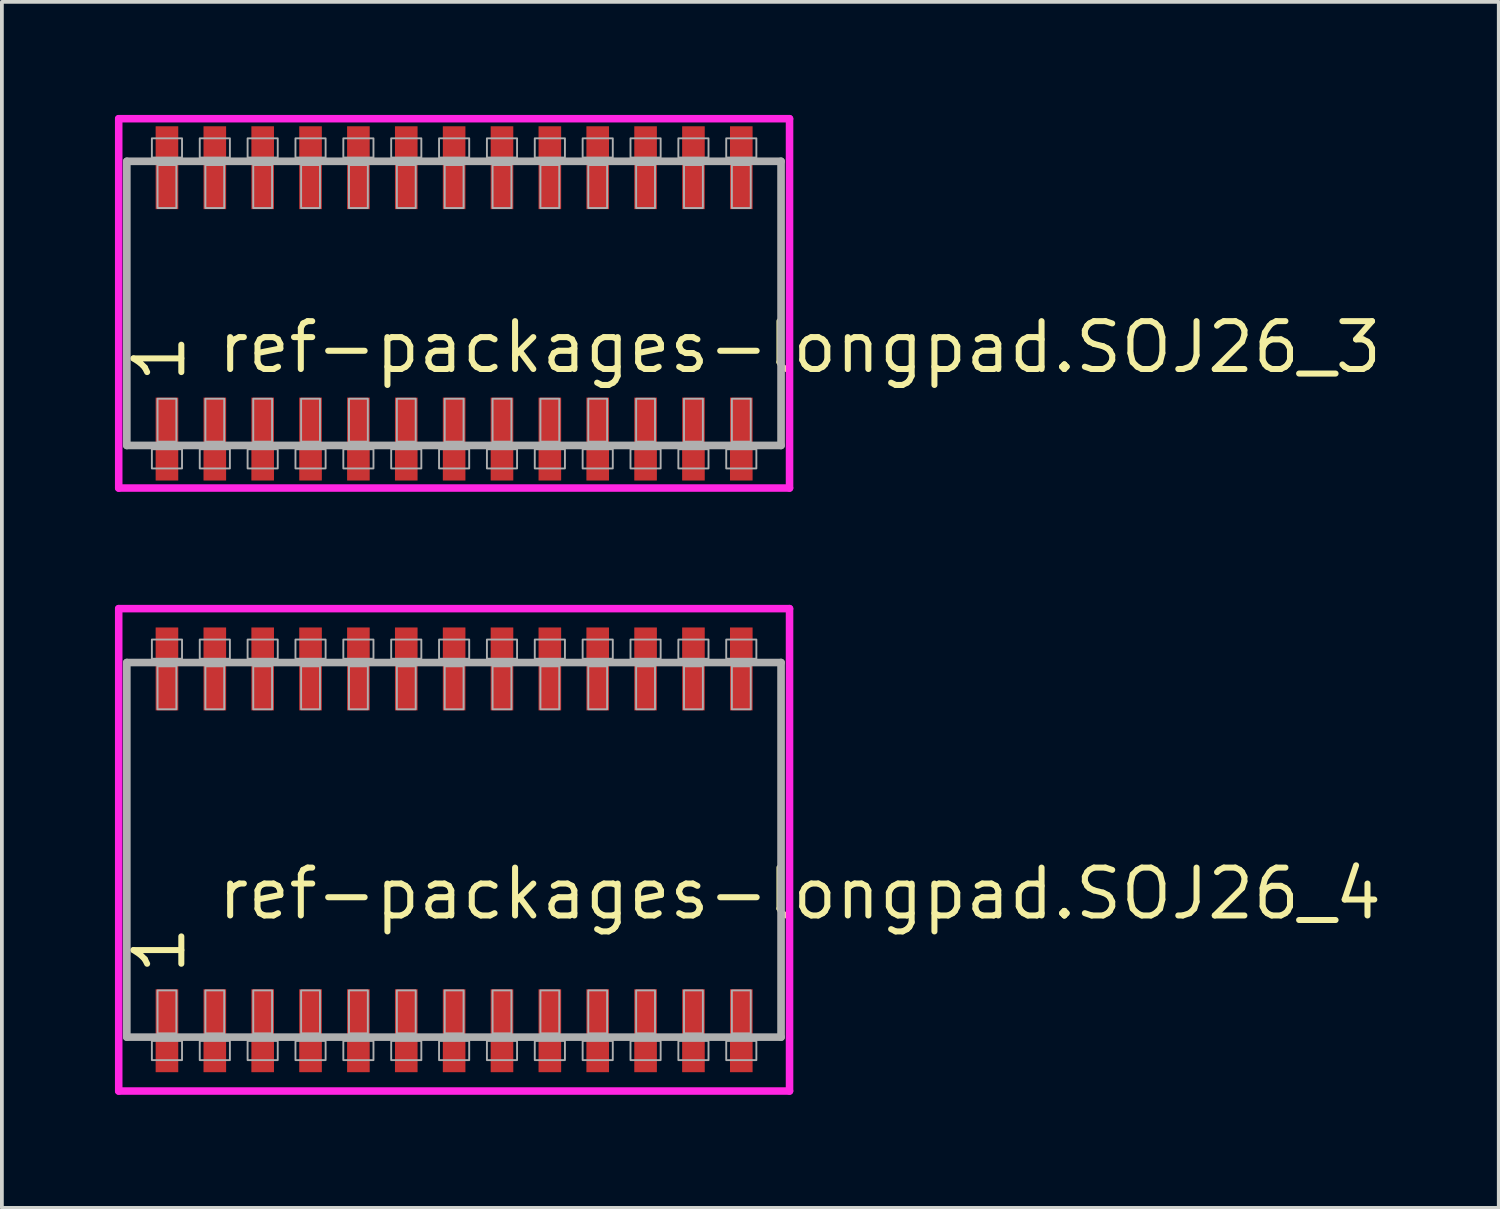
<source format=kicad_pcb>
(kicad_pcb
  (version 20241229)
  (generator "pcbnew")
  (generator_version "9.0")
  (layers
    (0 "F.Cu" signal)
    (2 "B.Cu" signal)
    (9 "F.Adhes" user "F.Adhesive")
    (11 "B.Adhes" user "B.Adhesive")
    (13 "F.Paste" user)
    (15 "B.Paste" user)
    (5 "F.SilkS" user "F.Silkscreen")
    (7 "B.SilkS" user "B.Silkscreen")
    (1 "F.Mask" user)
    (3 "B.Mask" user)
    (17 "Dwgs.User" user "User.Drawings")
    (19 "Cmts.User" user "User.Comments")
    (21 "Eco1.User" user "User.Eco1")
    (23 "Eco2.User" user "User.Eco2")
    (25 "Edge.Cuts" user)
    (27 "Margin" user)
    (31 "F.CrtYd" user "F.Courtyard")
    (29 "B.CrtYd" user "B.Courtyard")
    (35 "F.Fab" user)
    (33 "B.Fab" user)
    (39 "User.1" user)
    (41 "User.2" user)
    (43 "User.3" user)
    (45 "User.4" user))
  (footprint "ref-packages-longpad.SOJ26_4"
    (layer "F.Cu")
    (at 9 19.5)
    (property "Reference" "ref-packages-longpad.SOJ26_4" (at -6.35 1.905 0) (layer "F.SilkS") (effects (font (size 1.27 1.27) (thickness 0.16)) (justify left bottom)))
    (attr smd)
    (fp_line (start -8.9 -6.4) (end 8.9 -6.4) (stroke (width 0.2) (type default)) (layer "F.CrtYd"))
    (fp_line (start -8.9 6.4) (end -8.9 -6.4) (stroke (width 0.2) (type default)) (layer "F.CrtYd"))
    (fp_line (start 8.9 -6.4) (end 8.9 6.4) (stroke (width 0.2) (type default)) (layer "F.CrtYd"))
    (fp_line (start 8.9 6.4) (end -8.9 6.4) (stroke (width 0.2) (type default)) (layer "F.CrtYd"))
    (fp_line (start -8.685 -4.97) (end 8.675 -4.97) (stroke (width 0.203) (type default)) (layer "F.Fab"))
    (fp_line (start -8.685 4.97) (end -8.685 -4.97) (stroke (width 0.203) (type default)) (layer "F.Fab"))
    (fp_line (start 8.675 -4.97) (end 8.675 4.97) (stroke (width 0.203) (type default)) (layer "F.Fab"))
    (fp_line (start 8.675 4.97) (end -8.685 4.97) (stroke (width 0.203) (type default)) (layer "F.Fab"))
    (fp_rect (start -8.02 -5.07) (end -7.22 -5.58) (stroke (width 0.05) (type default)) (fill no) (layer "F.Fab"))
    (fp_rect (start -8.02 5.58) (end -7.22 5.07) (stroke (width 0.05) (type default)) (fill no) (layer "F.Fab"))
    (fp_rect (start -7.87 -3.73) (end -7.37 -4.87) (stroke (width 0.05) (type default)) (fill no) (layer "F.Fab"))
    (fp_rect (start -7.87 4.87) (end -7.37 3.73) (stroke (width 0.05) (type default)) (fill no) (layer "F.Fab"))
    (fp_rect (start -6.75 -5.07) (end -5.95 -5.58) (stroke (width 0.05) (type default)) (fill no) (layer "F.Fab"))
    (fp_rect (start -6.75 5.58) (end -5.95 5.07) (stroke (width 0.05) (type default)) (fill no) (layer "F.Fab"))
    (fp_rect (start -6.6 -3.73) (end -6.1 -4.87) (stroke (width 0.05) (type default)) (fill no) (layer "F.Fab"))
    (fp_rect (start -6.6 4.87) (end -6.1 3.73) (stroke (width 0.05) (type default)) (fill no) (layer "F.Fab"))
    (fp_rect (start -5.48 -5.07) (end -4.68 -5.58) (stroke (width 0.05) (type default)) (fill no) (layer "F.Fab"))
    (fp_rect (start -5.48 5.58) (end -4.68 5.07) (stroke (width 0.05) (type default)) (fill no) (layer "F.Fab"))
    (fp_rect (start -5.33 -3.73) (end -4.83 -4.87) (stroke (width 0.05) (type default)) (fill no) (layer "F.Fab"))
    (fp_rect (start -5.33 4.87) (end -4.83 3.73) (stroke (width 0.05) (type default)) (fill no) (layer "F.Fab"))
    (fp_rect (start -4.21 -5.07) (end -3.41 -5.58) (stroke (width 0.05) (type default)) (fill no) (layer "F.Fab"))
    (fp_rect (start -4.21 5.58) (end -3.41 5.07) (stroke (width 0.05) (type default)) (fill no) (layer "F.Fab"))
    (fp_rect (start -4.06 -3.73) (end -3.56 -4.87) (stroke (width 0.05) (type default)) (fill no) (layer "F.Fab"))
    (fp_rect (start -4.06 4.87) (end -3.56 3.73) (stroke (width 0.05) (type default)) (fill no) (layer "F.Fab"))
    (fp_rect (start -2.94 -5.07) (end -2.14 -5.58) (stroke (width 0.05) (type default)) (fill no) (layer "F.Fab"))
    (fp_rect (start -2.94 5.58) (end -2.14 5.07) (stroke (width 0.05) (type default)) (fill no) (layer "F.Fab"))
    (fp_rect (start -2.79 -3.73) (end -2.29 -4.87) (stroke (width 0.05) (type default)) (fill no) (layer "F.Fab"))
    (fp_rect (start -2.79 4.87) (end -2.29 3.73) (stroke (width 0.05) (type default)) (fill no) (layer "F.Fab"))
    (fp_rect (start -1.67 -5.07) (end -0.87 -5.58) (stroke (width 0.05) (type default)) (fill no) (layer "F.Fab"))
    (fp_rect (start -1.67 5.58) (end -0.87 5.07) (stroke (width 0.05) (type default)) (fill no) (layer "F.Fab"))
    (fp_rect (start -1.52 -3.73) (end -1.02 -4.87) (stroke (width 0.05) (type default)) (fill no) (layer "F.Fab"))
    (fp_rect (start -1.52 4.87) (end -1.02 3.73) (stroke (width 0.05) (type default)) (fill no) (layer "F.Fab"))
    (fp_rect (start -0.4 -5.07) (end 0.4 -5.58) (stroke (width 0.05) (type default)) (fill no) (layer "F.Fab"))
    (fp_rect (start -0.4 5.58) (end 0.4 5.07) (stroke (width 0.05) (type default)) (fill no) (layer "F.Fab"))
    (fp_rect (start -0.25 -3.73) (end 0.25 -4.87) (stroke (width 0.05) (type default)) (fill no) (layer "F.Fab"))
    (fp_rect (start -0.25 4.87) (end 0.25 3.73) (stroke (width 0.05) (type default)) (fill no) (layer "F.Fab"))
    (fp_rect (start 0.87 -5.07) (end 1.67 -5.58) (stroke (width 0.05) (type default)) (fill no) (layer "F.Fab"))
    (fp_rect (start 0.87 5.58) (end 1.67 5.07) (stroke (width 0.05) (type default)) (fill no) (layer "F.Fab"))
    (fp_rect (start 1.02 -3.73) (end 1.52 -4.87) (stroke (width 0.05) (type default)) (fill no) (layer "F.Fab"))
    (fp_rect (start 1.02 4.87) (end 1.52 3.73) (stroke (width 0.05) (type default)) (fill no) (layer "F.Fab"))
    (fp_rect (start 2.14 -5.07) (end 2.94 -5.58) (stroke (width 0.05) (type default)) (fill no) (layer "F.Fab"))
    (fp_rect (start 2.14 5.58) (end 2.94 5.07) (stroke (width 0.05) (type default)) (fill no) (layer "F.Fab"))
    (fp_rect (start 2.29 -3.73) (end 2.79 -4.87) (stroke (width 0.05) (type default)) (fill no) (layer "F.Fab"))
    (fp_rect (start 2.29 4.87) (end 2.79 3.73) (stroke (width 0.05) (type default)) (fill no) (layer "F.Fab"))
    (fp_rect (start 3.41 -5.07) (end 4.21 -5.58) (stroke (width 0.05) (type default)) (fill no) (layer "F.Fab"))
    (fp_rect (start 3.41 5.58) (end 4.21 5.07) (stroke (width 0.05) (type default)) (fill no) (layer "F.Fab"))
    (fp_rect (start 3.56 -3.73) (end 4.06 -4.87) (stroke (width 0.05) (type default)) (fill no) (layer "F.Fab"))
    (fp_rect (start 3.56 4.87) (end 4.06 3.73) (stroke (width 0.05) (type default)) (fill no) (layer "F.Fab"))
    (fp_rect (start 4.68 -5.07) (end 5.48 -5.58) (stroke (width 0.05) (type default)) (fill no) (layer "F.Fab"))
    (fp_rect (start 4.68 5.58) (end 5.48 5.07) (stroke (width 0.05) (type default)) (fill no) (layer "F.Fab"))
    (fp_rect (start 4.83 -3.73) (end 5.33 -4.87) (stroke (width 0.05) (type default)) (fill no) (layer "F.Fab"))
    (fp_rect (start 4.83 4.87) (end 5.33 3.73) (stroke (width 0.05) (type default)) (fill no) (layer "F.Fab"))
    (fp_rect (start 5.95 -5.07) (end 6.75 -5.58) (stroke (width 0.05) (type default)) (fill no) (layer "F.Fab"))
    (fp_rect (start 5.95 5.58) (end 6.75 5.07) (stroke (width 0.05) (type default)) (fill no) (layer "F.Fab"))
    (fp_rect (start 6.1 -3.73) (end 6.6 -4.87) (stroke (width 0.05) (type default)) (fill no) (layer "F.Fab"))
    (fp_rect (start 6.1 4.87) (end 6.6 3.73) (stroke (width 0.05) (type default)) (fill no) (layer "F.Fab"))
    (fp_rect (start 7.22 -5.07) (end 8.02 -5.58) (stroke (width 0.05) (type default)) (fill no) (layer "F.Fab"))
    (fp_rect (start 7.22 5.58) (end 8.02 5.07) (stroke (width 0.05) (type default)) (fill no) (layer "F.Fab"))
    (fp_rect (start 7.37 -3.73) (end 7.87 -4.87) (stroke (width 0.05) (type default)) (fill no) (layer "F.Fab"))
    (fp_rect (start 7.37 4.87) (end 7.87 3.73) (stroke (width 0.05) (type default)) (fill no) (layer "F.Fab"))
    (fp_text user "1" (at -7.075 3.37 90) (layer "F.SilkS") (effects (font (size 1.27 1.27) (thickness 0.16)) (justify left bottom)))
    (pad "1" smd roundrect (at -7.62 4.8) (size 0.6 2.2) (layers "F.Cu" "F.Mask" "F.Paste") (roundrect_rratio 0.01))
    (pad "2" smd roundrect (at -6.35 4.8) (size 0.6 2.2) (layers "F.Cu" "F.Mask" "F.Paste") (roundrect_rratio 0.01))
    (pad "3" smd roundrect (at -5.08 4.8) (size 0.6 2.2) (layers "F.Cu" "F.Mask" "F.Paste") (roundrect_rratio 0.01))
    (pad "4" smd roundrect (at -3.81 4.8) (size 0.6 2.2) (layers "F.Cu" "F.Mask" "F.Paste") (roundrect_rratio 0.01))
    (pad "5" smd roundrect (at -2.54 4.8) (size 0.6 2.2) (layers "F.Cu" "F.Mask" "F.Paste") (roundrect_rratio 0.01))
    (pad "6" smd roundrect (at -1.27 4.8) (size 0.6 2.2) (layers "F.Cu" "F.Mask" "F.Paste") (roundrect_rratio 0.01))
    (pad "7" smd roundrect (at 0 4.8) (size 0.6 2.2) (layers "F.Cu" "F.Mask" "F.Paste") (roundrect_rratio 0.01))
    (pad "8" smd roundrect (at 1.27 4.8) (size 0.6 2.2) (layers "F.Cu" "F.Mask" "F.Paste") (roundrect_rratio 0.01))
    (pad "9" smd roundrect (at 2.54 4.8) (size 0.6 2.2) (layers "F.Cu" "F.Mask" "F.Paste") (roundrect_rratio 0.01))
    (pad "10" smd roundrect (at 3.81 4.8) (size 0.6 2.2) (layers "F.Cu" "F.Mask" "F.Paste") (roundrect_rratio 0.01))
    (pad "11" smd roundrect (at 5.08 4.8) (size 0.6 2.2) (layers "F.Cu" "F.Mask" "F.Paste") (roundrect_rratio 0.01))
    (pad "12" smd roundrect (at 6.35 4.8) (size 0.6 2.2) (layers "F.Cu" "F.Mask" "F.Paste") (roundrect_rratio 0.01))
    (pad "13" smd roundrect (at 7.62 4.8) (size 0.6 2.2) (layers "F.Cu" "F.Mask" "F.Paste") (roundrect_rratio 0.01))
    (pad "14" smd roundrect (at 7.62 -4.8) (size 0.6 2.2) (layers "F.Cu" "F.Mask" "F.Paste") (roundrect_rratio 0.01))
    (pad "15" smd roundrect (at 6.35 -4.8) (size 0.6 2.2) (layers "F.Cu" "F.Mask" "F.Paste") (roundrect_rratio 0.01))
    (pad "16" smd roundrect (at 5.08 -4.8) (size 0.6 2.2) (layers "F.Cu" "F.Mask" "F.Paste") (roundrect_rratio 0.01))
    (pad "17" smd roundrect (at 3.81 -4.8) (size 0.6 2.2) (layers "F.Cu" "F.Mask" "F.Paste") (roundrect_rratio 0.01))
    (pad "18" smd roundrect (at 2.54 -4.8) (size 0.6 2.2) (layers "F.Cu" "F.Mask" "F.Paste") (roundrect_rratio 0.01))
    (pad "19" smd roundrect (at 1.27 -4.8) (size 0.6 2.2) (layers "F.Cu" "F.Mask" "F.Paste") (roundrect_rratio 0.01))
    (pad "20" smd roundrect (at 0 -4.8) (size 0.6 2.2) (layers "F.Cu" "F.Mask" "F.Paste") (roundrect_rratio 0.01))
    (pad "21" smd roundrect (at -1.27 -4.8) (size 0.6 2.2) (layers "F.Cu" "F.Mask" "F.Paste") (roundrect_rratio 0.01))
    (pad "22" smd roundrect (at -2.54 -4.8) (size 0.6 2.2) (layers "F.Cu" "F.Mask" "F.Paste") (roundrect_rratio 0.01))
    (pad "23" smd roundrect (at -3.81 -4.8) (size 0.6 2.2) (layers "F.Cu" "F.Mask" "F.Paste") (roundrect_rratio 0.01))
    (pad "24" smd roundrect (at -5.08 -4.8) (size 0.6 2.2) (layers "F.Cu" "F.Mask" "F.Paste") (roundrect_rratio 0.01))
    (pad "25" smd roundrect (at -6.35 -4.8) (size 0.6 2.2) (layers "F.Cu" "F.Mask" "F.Paste") (roundrect_rratio 0.01))
    (pad "26" smd roundrect (at -7.62 -4.8) (size 0.6 2.2) (layers "F.Cu" "F.Mask" "F.Paste") (roundrect_rratio 0.01)))
  (footprint "ref-packages-longpad.SOJ26_3"
    (layer "F.Cu")
    (at 9 5)
    (property "Reference" "ref-packages-longpad.SOJ26_3" (at -6.35 1.905 0) (layer "F.SilkS") (effects (font (size 1.27 1.27) (thickness 0.16)) (justify left bottom)))
    (attr smd)
    (fp_line (start -8.9 -4.9) (end 8.9 -4.9) (stroke (width 0.2) (type default)) (layer "F.CrtYd"))
    (fp_line (start -8.9 4.9) (end -8.9 -4.9) (stroke (width 0.2) (type default)) (layer "F.CrtYd"))
    (fp_line (start 8.9 -4.9) (end 8.9 4.9) (stroke (width 0.2) (type default)) (layer "F.CrtYd"))
    (fp_line (start 8.9 4.9) (end -8.9 4.9) (stroke (width 0.2) (type default)) (layer "F.CrtYd"))
    (fp_line (start -8.685 -3.77) (end 8.675 -3.77) (stroke (width 0.203) (type default)) (layer "F.Fab"))
    (fp_line (start -8.685 3.77) (end -8.685 -3.77) (stroke (width 0.203) (type default)) (layer "F.Fab"))
    (fp_line (start 8.675 -3.77) (end 8.675 3.77) (stroke (width 0.203) (type default)) (layer "F.Fab"))
    (fp_line (start 8.675 3.77) (end -8.685 3.77) (stroke (width 0.203) (type default)) (layer "F.Fab"))
    (fp_rect (start -8.02 -3.87) (end -7.22 -4.38) (stroke (width 0.05) (type default)) (fill no) (layer "F.Fab"))
    (fp_rect (start -8.02 4.38) (end -7.22 3.87) (stroke (width 0.05) (type default)) (fill no) (layer "F.Fab"))
    (fp_rect (start -7.87 -2.53) (end -7.37 -3.67) (stroke (width 0.05) (type default)) (fill no) (layer "F.Fab"))
    (fp_rect (start -7.87 3.67) (end -7.37 2.53) (stroke (width 0.05) (type default)) (fill no) (layer "F.Fab"))
    (fp_rect (start -6.75 -3.87) (end -5.95 -4.38) (stroke (width 0.05) (type default)) (fill no) (layer "F.Fab"))
    (fp_rect (start -6.75 4.38) (end -5.95 3.87) (stroke (width 0.05) (type default)) (fill no) (layer "F.Fab"))
    (fp_rect (start -6.6 -2.53) (end -6.1 -3.67) (stroke (width 0.05) (type default)) (fill no) (layer "F.Fab"))
    (fp_rect (start -6.6 3.67) (end -6.1 2.53) (stroke (width 0.05) (type default)) (fill no) (layer "F.Fab"))
    (fp_rect (start -5.48 -3.87) (end -4.68 -4.38) (stroke (width 0.05) (type default)) (fill no) (layer "F.Fab"))
    (fp_rect (start -5.48 4.38) (end -4.68 3.87) (stroke (width 0.05) (type default)) (fill no) (layer "F.Fab"))
    (fp_rect (start -5.33 -2.53) (end -4.83 -3.67) (stroke (width 0.05) (type default)) (fill no) (layer "F.Fab"))
    (fp_rect (start -5.33 3.67) (end -4.83 2.53) (stroke (width 0.05) (type default)) (fill no) (layer "F.Fab"))
    (fp_rect (start -4.21 -3.87) (end -3.41 -4.38) (stroke (width 0.05) (type default)) (fill no) (layer "F.Fab"))
    (fp_rect (start -4.21 4.38) (end -3.41 3.87) (stroke (width 0.05) (type default)) (fill no) (layer "F.Fab"))
    (fp_rect (start -4.06 -2.53) (end -3.56 -3.67) (stroke (width 0.05) (type default)) (fill no) (layer "F.Fab"))
    (fp_rect (start -4.06 3.67) (end -3.56 2.53) (stroke (width 0.05) (type default)) (fill no) (layer "F.Fab"))
    (fp_rect (start -2.94 -3.87) (end -2.14 -4.38) (stroke (width 0.05) (type default)) (fill no) (layer "F.Fab"))
    (fp_rect (start -2.94 4.38) (end -2.14 3.87) (stroke (width 0.05) (type default)) (fill no) (layer "F.Fab"))
    (fp_rect (start -2.79 -2.53) (end -2.29 -3.67) (stroke (width 0.05) (type default)) (fill no) (layer "F.Fab"))
    (fp_rect (start -2.79 3.67) (end -2.29 2.53) (stroke (width 0.05) (type default)) (fill no) (layer "F.Fab"))
    (fp_rect (start -1.67 -3.87) (end -0.87 -4.38) (stroke (width 0.05) (type default)) (fill no) (layer "F.Fab"))
    (fp_rect (start -1.67 4.38) (end -0.87 3.87) (stroke (width 0.05) (type default)) (fill no) (layer "F.Fab"))
    (fp_rect (start -1.52 -2.53) (end -1.02 -3.67) (stroke (width 0.05) (type default)) (fill no) (layer "F.Fab"))
    (fp_rect (start -1.52 3.67) (end -1.02 2.53) (stroke (width 0.05) (type default)) (fill no) (layer "F.Fab"))
    (fp_rect (start -0.4 -3.87) (end 0.4 -4.38) (stroke (width 0.05) (type default)) (fill no) (layer "F.Fab"))
    (fp_rect (start -0.4 4.38) (end 0.4 3.87) (stroke (width 0.05) (type default)) (fill no) (layer "F.Fab"))
    (fp_rect (start -0.25 -2.53) (end 0.25 -3.67) (stroke (width 0.05) (type default)) (fill no) (layer "F.Fab"))
    (fp_rect (start -0.25 3.67) (end 0.25 2.53) (stroke (width 0.05) (type default)) (fill no) (layer "F.Fab"))
    (fp_rect (start 0.87 -3.87) (end 1.67 -4.38) (stroke (width 0.05) (type default)) (fill no) (layer "F.Fab"))
    (fp_rect (start 0.87 4.38) (end 1.67 3.87) (stroke (width 0.05) (type default)) (fill no) (layer "F.Fab"))
    (fp_rect (start 1.02 -2.53) (end 1.52 -3.67) (stroke (width 0.05) (type default)) (fill no) (layer "F.Fab"))
    (fp_rect (start 1.02 3.67) (end 1.52 2.53) (stroke (width 0.05) (type default)) (fill no) (layer "F.Fab"))
    (fp_rect (start 2.14 -3.87) (end 2.94 -4.38) (stroke (width 0.05) (type default)) (fill no) (layer "F.Fab"))
    (fp_rect (start 2.14 4.38) (end 2.94 3.87) (stroke (width 0.05) (type default)) (fill no) (layer "F.Fab"))
    (fp_rect (start 2.29 -2.53) (end 2.79 -3.67) (stroke (width 0.05) (type default)) (fill no) (layer "F.Fab"))
    (fp_rect (start 2.29 3.67) (end 2.79 2.53) (stroke (width 0.05) (type default)) (fill no) (layer "F.Fab"))
    (fp_rect (start 3.41 -3.87) (end 4.21 -4.38) (stroke (width 0.05) (type default)) (fill no) (layer "F.Fab"))
    (fp_rect (start 3.41 4.38) (end 4.21 3.87) (stroke (width 0.05) (type default)) (fill no) (layer "F.Fab"))
    (fp_rect (start 3.56 -2.53) (end 4.06 -3.67) (stroke (width 0.05) (type default)) (fill no) (layer "F.Fab"))
    (fp_rect (start 3.56 3.67) (end 4.06 2.53) (stroke (width 0.05) (type default)) (fill no) (layer "F.Fab"))
    (fp_rect (start 4.68 -3.87) (end 5.48 -4.38) (stroke (width 0.05) (type default)) (fill no) (layer "F.Fab"))
    (fp_rect (start 4.68 4.38) (end 5.48 3.87) (stroke (width 0.05) (type default)) (fill no) (layer "F.Fab"))
    (fp_rect (start 4.83 -2.53) (end 5.33 -3.67) (stroke (width 0.05) (type default)) (fill no) (layer "F.Fab"))
    (fp_rect (start 4.83 3.67) (end 5.33 2.53) (stroke (width 0.05) (type default)) (fill no) (layer "F.Fab"))
    (fp_rect (start 5.95 -3.87) (end 6.75 -4.38) (stroke (width 0.05) (type default)) (fill no) (layer "F.Fab"))
    (fp_rect (start 5.95 4.38) (end 6.75 3.87) (stroke (width 0.05) (type default)) (fill no) (layer "F.Fab"))
    (fp_rect (start 6.1 -2.53) (end 6.6 -3.67) (stroke (width 0.05) (type default)) (fill no) (layer "F.Fab"))
    (fp_rect (start 6.1 3.67) (end 6.6 2.53) (stroke (width 0.05) (type default)) (fill no) (layer "F.Fab"))
    (fp_rect (start 7.22 -3.87) (end 8.02 -4.38) (stroke (width 0.05) (type default)) (fill no) (layer "F.Fab"))
    (fp_rect (start 7.22 4.38) (end 8.02 3.87) (stroke (width 0.05) (type default)) (fill no) (layer "F.Fab"))
    (fp_rect (start 7.37 -2.53) (end 7.87 -3.67) (stroke (width 0.05) (type default)) (fill no) (layer "F.Fab"))
    (fp_rect (start 7.37 3.67) (end 7.87 2.53) (stroke (width 0.05) (type default)) (fill no) (layer "F.Fab"))
    (fp_text user "1" (at -7.075 2.17 90) (layer "F.SilkS") (effects (font (size 1.27 1.27) (thickness 0.16)) (justify left bottom)))
    (pad "1" smd roundrect (at -7.62 3.6) (size 0.6 2.2) (layers "F.Cu" "F.Mask" "F.Paste") (roundrect_rratio 0.01))
    (pad "2" smd roundrect (at -6.35 3.6) (size 0.6 2.2) (layers "F.Cu" "F.Mask" "F.Paste") (roundrect_rratio 0.01))
    (pad "3" smd roundrect (at -5.08 3.6) (size 0.6 2.2) (layers "F.Cu" "F.Mask" "F.Paste") (roundrect_rratio 0.01))
    (pad "4" smd roundrect (at -3.81 3.6) (size 0.6 2.2) (layers "F.Cu" "F.Mask" "F.Paste") (roundrect_rratio 0.01))
    (pad "5" smd roundrect (at -2.54 3.6) (size 0.6 2.2) (layers "F.Cu" "F.Mask" "F.Paste") (roundrect_rratio 0.01))
    (pad "6" smd roundrect (at -1.27 3.6) (size 0.6 2.2) (layers "F.Cu" "F.Mask" "F.Paste") (roundrect_rratio 0.01))
    (pad "7" smd roundrect (at 0 3.6) (size 0.6 2.2) (layers "F.Cu" "F.Mask" "F.Paste") (roundrect_rratio 0.01))
    (pad "8" smd roundrect (at 1.27 3.6) (size 0.6 2.2) (layers "F.Cu" "F.Mask" "F.Paste") (roundrect_rratio 0.01))
    (pad "9" smd roundrect (at 2.54 3.6) (size 0.6 2.2) (layers "F.Cu" "F.Mask" "F.Paste") (roundrect_rratio 0.01))
    (pad "10" smd roundrect (at 3.81 3.6) (size 0.6 2.2) (layers "F.Cu" "F.Mask" "F.Paste") (roundrect_rratio 0.01))
    (pad "11" smd roundrect (at 5.08 3.6) (size 0.6 2.2) (layers "F.Cu" "F.Mask" "F.Paste") (roundrect_rratio 0.01))
    (pad "12" smd roundrect (at 6.35 3.6) (size 0.6 2.2) (layers "F.Cu" "F.Mask" "F.Paste") (roundrect_rratio 0.01))
    (pad "13" smd roundrect (at 7.62 3.6) (size 0.6 2.2) (layers "F.Cu" "F.Mask" "F.Paste") (roundrect_rratio 0.01))
    (pad "14" smd roundrect (at 7.62 -3.6) (size 0.6 2.2) (layers "F.Cu" "F.Mask" "F.Paste") (roundrect_rratio 0.01))
    (pad "15" smd roundrect (at 6.35 -3.6) (size 0.6 2.2) (layers "F.Cu" "F.Mask" "F.Paste") (roundrect_rratio 0.01))
    (pad "16" smd roundrect (at 5.08 -3.6) (size 0.6 2.2) (layers "F.Cu" "F.Mask" "F.Paste") (roundrect_rratio 0.01))
    (pad "17" smd roundrect (at 3.81 -3.6) (size 0.6 2.2) (layers "F.Cu" "F.Mask" "F.Paste") (roundrect_rratio 0.01))
    (pad "18" smd roundrect (at 2.54 -3.6) (size 0.6 2.2) (layers "F.Cu" "F.Mask" "F.Paste") (roundrect_rratio 0.01))
    (pad "19" smd roundrect (at 1.27 -3.6) (size 0.6 2.2) (layers "F.Cu" "F.Mask" "F.Paste") (roundrect_rratio 0.01))
    (pad "20" smd roundrect (at 0 -3.6) (size 0.6 2.2) (layers "F.Cu" "F.Mask" "F.Paste") (roundrect_rratio 0.01))
    (pad "21" smd roundrect (at -1.27 -3.6) (size 0.6 2.2) (layers "F.Cu" "F.Mask" "F.Paste") (roundrect_rratio 0.01))
    (pad "22" smd roundrect (at -2.54 -3.6) (size 0.6 2.2) (layers "F.Cu" "F.Mask" "F.Paste") (roundrect_rratio 0.01))
    (pad "23" smd roundrect (at -3.81 -3.6) (size 0.6 2.2) (layers "F.Cu" "F.Mask" "F.Paste") (roundrect_rratio 0.01))
    (pad "24" smd roundrect (at -5.08 -3.6) (size 0.6 2.2) (layers "F.Cu" "F.Mask" "F.Paste") (roundrect_rratio 0.01))
    (pad "25" smd roundrect (at -6.35 -3.6) (size 0.6 2.2) (layers "F.Cu" "F.Mask" "F.Paste") (roundrect_rratio 0.01))
    (pad "26" smd roundrect (at -7.62 -3.6) (size 0.6 2.2) (layers "F.Cu" "F.Mask" "F.Paste") (roundrect_rratio 0.01)))
  (gr_rect
    (start -3 -3)
    (end 36.719 29)
    (stroke (width 0.1) (type default))
    (fill no)
    (layer "Edge.Cuts")))
</source>
